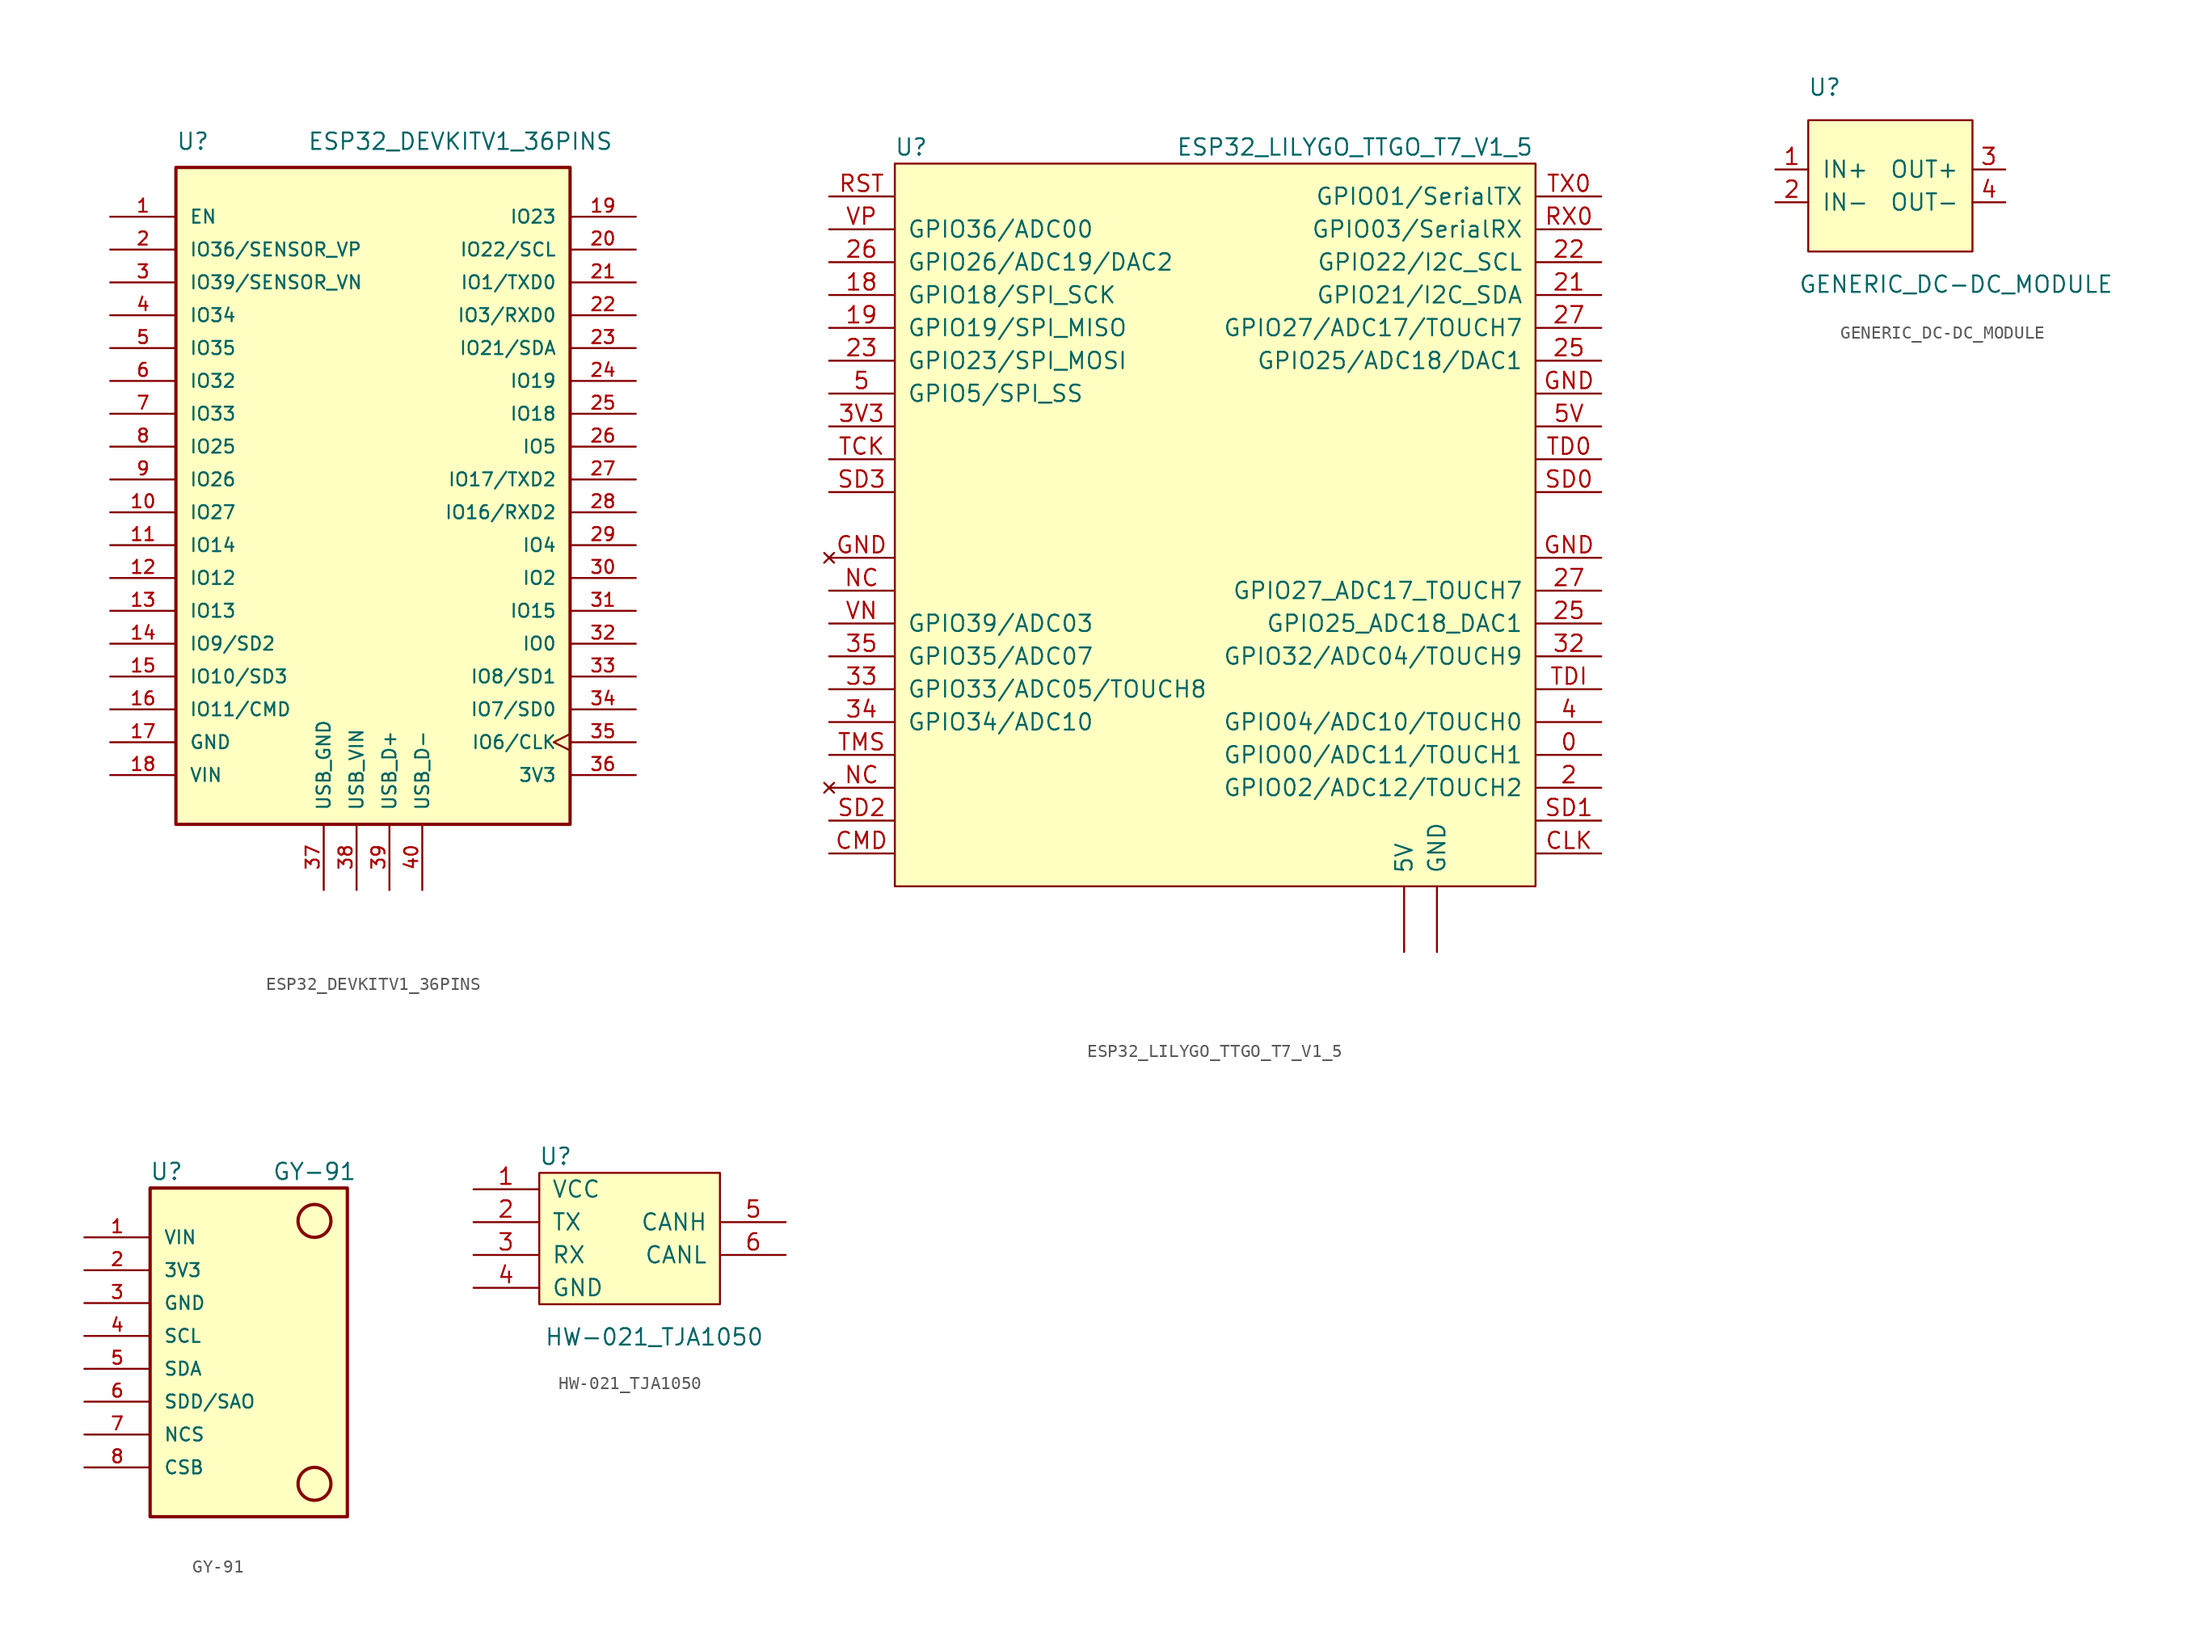
<source format=kicad_sym>
(kicad_symbol_lib
  (version 20211014)
  (generator kicad_symbol_editor)
  (symbol "ESP32_DEVKITV1_36PINS"
    (pin_names
      (offset 1.016))
    (property "Reference" "U"
      (at -15.24 26.67 0)
      (effects (font (size 1.27 1.27)) (justify left bottom)))
    (property "Value" "ESP32_DEVKITV1_36PINS"
      (at -5.08 26.67 0)
      (effects (font (size 1.27 1.27)) (justify left bottom)))
    (property "ki_locked" ""
      (at 0 0 0)
      (effects (font (size 1.27 1.27))))
    (symbol "ESP32_DEVKITV1_36PINS_0_0"
      (rectangle (start -15.24 25.4) (end 15.24 -25.4) (stroke (width 0.254) (type default) (color 0 0 0 0)) (fill (type background)))
      (pin input line (at -20.32 21.59 0) (length 5.08) (name "EN" (effects (font (size 1.016 1.016)))) (number "1" (effects (font (size 1.016 1.016)))))
      (pin bidirectional line (at -20.32 -1.27 0) (length 5.08) (name "IO27" (effects (font (size 1.016 1.016)))) (number "10" (effects (font (size 1.016 1.016)))))
      (pin bidirectional line (at -20.32 -3.81 0) (length 5.08) (name "IO14" (effects (font (size 1.016 1.016)))) (number "11" (effects (font (size 1.016 1.016)))))
      (pin bidirectional line (at -20.32 -6.35 0) (length 5.08) (name "IO12" (effects (font (size 1.016 1.016)))) (number "12" (effects (font (size 1.016 1.016)))))
      (pin bidirectional line (at -20.32 -8.89 0) (length 5.08) (name "IO13" (effects (font (size 1.016 1.016)))) (number "13" (effects (font (size 1.016 1.016)))))
      (pin bidirectional line (at -20.32 -11.43 0) (length 5.08) (name "IO9/SD2" (effects (font (size 1.016 1.016)))) (number "14" (effects (font (size 1.016 1.016)))))
      (pin bidirectional line (at -20.32 -13.97 0) (length 5.08) (name "IO10/SD3" (effects (font (size 1.016 1.016)))) (number "15" (effects (font (size 1.016 1.016)))))
      (pin bidirectional line (at -20.32 -16.51 0) (length 5.08) (name "IO11/CMD" (effects (font (size 1.016 1.016)))) (number "16" (effects (font (size 1.016 1.016)))))
      (pin power_in line (at -20.32 -19.05 0) (length 5.08) (name "GND" (effects (font (size 1.016 1.016)))) (number "17" (effects (font (size 1.016 1.016)))))
      (pin power_in line (at -20.32 -21.59 0) (length 5.08) (name "VIN" (effects (font (size 1.016 1.016)))) (number "18" (effects (font (size 1.016 1.016)))))
      (pin bidirectional line (at 20.32 21.59 180) (length 5.08) (name "IO23" (effects (font (size 1.016 1.016)))) (number "19" (effects (font (size 1.016 1.016)))))
      (pin input line (at -20.32 19.05 0) (length 5.08) (name "IO36/SENSOR_VP" (effects (font (size 1.016 1.016)))) (number "2" (effects (font (size 1.016 1.016)))))
      (pin bidirectional line (at 20.32 19.05 180) (length 5.08) (name "IO22/SCL" (effects (font (size 1.016 1.016)))) (number "20" (effects (font (size 1.016 1.016)))))
      (pin output line (at 20.32 16.51 180) (length 5.08) (name "IO1/TXD0" (effects (font (size 1.016 1.016)))) (number "21" (effects (font (size 1.016 1.016)))))
      (pin input line (at 20.32 13.97 180) (length 5.08) (name "IO3/RXD0" (effects (font (size 1.016 1.016)))) (number "22" (effects (font (size 1.016 1.016)))))
      (pin bidirectional line (at 20.32 11.43 180) (length 5.08) (name "IO21/SDA" (effects (font (size 1.016 1.016)))) (number "23" (effects (font (size 1.016 1.016)))))
      (pin bidirectional line (at 20.32 8.89 180) (length 5.08) (name "IO19" (effects (font (size 1.016 1.016)))) (number "24" (effects (font (size 1.016 1.016)))))
      (pin bidirectional line (at 20.32 6.35 180) (length 5.08) (name "IO18" (effects (font (size 1.016 1.016)))) (number "25" (effects (font (size 1.016 1.016)))))
      (pin bidirectional line (at 20.32 3.81 180) (length 5.08) (name "IO5" (effects (font (size 1.016 1.016)))) (number "26" (effects (font (size 1.016 1.016)))))
      (pin bidirectional line (at 20.32 1.27 180) (length 5.08) (name "IO17/TXD2" (effects (font (size 1.016 1.016)))) (number "27" (effects (font (size 1.016 1.016)))))
      (pin bidirectional line (at 20.32 -1.27 180) (length 5.08) (name "IO16/RXD2" (effects (font (size 1.016 1.016)))) (number "28" (effects (font (size 1.016 1.016)))))
      (pin bidirectional line (at 20.32 -3.81 180) (length 5.08) (name "IO4" (effects (font (size 1.016 1.016)))) (number "29" (effects (font (size 1.016 1.016)))))
      (pin input line (at -20.32 16.51 0) (length 5.08) (name "IO39/SENSOR_VN" (effects (font (size 1.016 1.016)))) (number "3" (effects (font (size 1.016 1.016)))))
      (pin bidirectional line (at 20.32 -6.35 180) (length 5.08) (name "IO2" (effects (font (size 1.016 1.016)))) (number "30" (effects (font (size 1.016 1.016)))))
      (pin bidirectional line (at 20.32 -8.89 180) (length 5.08) (name "IO15" (effects (font (size 1.016 1.016)))) (number "31" (effects (font (size 1.016 1.016)))))
      (pin bidirectional line (at 20.32 -11.43 180) (length 5.08) (name "IO0" (effects (font (size 1.016 1.016)))) (number "32" (effects (font (size 1.016 1.016)))))
      (pin bidirectional line (at 20.32 -13.97 180) (length 5.08) (name "IO8/SD1" (effects (font (size 1.016 1.016)))) (number "33" (effects (font (size 1.016 1.016)))))
      (pin bidirectional line (at 20.32 -16.51 180) (length 5.08) (name "IO7/SD0" (effects (font (size 1.016 1.016)))) (number "34" (effects (font (size 1.016 1.016)))))
      (pin input clock (at 20.32 -19.05 180) (length 5.08) (name "IO6/CLK" (effects (font (size 1.016 1.016)))) (number "35" (effects (font (size 1.016 1.016)))))
      (pin power_in line (at 20.32 -21.59 180) (length 5.08) (name "3V3" (effects (font (size 1.016 1.016)))) (number "36" (effects (font (size 1.016 1.016)))))
      (pin passive line (at -3.81 -30.48 90) (length 5.08) (name "USB_GND" (effects (font (size 1.016 1.016)))) (number "37" (effects (font (size 1.016 1.016)))))
      (pin power_in line (at -1.27 -30.48 90) (length 5.08) (name "USB_VIN" (effects (font (size 1.016 1.016)))) (number "38" (effects (font (size 1.016 1.016)))))
      (pin bidirectional line (at 1.27 -30.48 90) (length 5.08) (name "USB_D+" (effects (font (size 1.016 1.016)))) (number "39" (effects (font (size 1.016 1.016)))))
      (pin bidirectional line (at -20.32 13.97 0) (length 5.08) (name "IO34" (effects (font (size 1.016 1.016)))) (number "4" (effects (font (size 1.016 1.016)))))
      (pin bidirectional line (at 3.81 -30.48 90) (length 5.08) (name "USB_D-" (effects (font (size 1.016 1.016)))) (number "40" (effects (font (size 1.016 1.016)))))
      (pin bidirectional line (at -20.32 11.43 0) (length 5.08) (name "IO35" (effects (font (size 1.016 1.016)))) (number "5" (effects (font (size 1.016 1.016)))))
      (pin bidirectional line (at -20.32 8.89 0) (length 5.08) (name "IO32" (effects (font (size 1.016 1.016)))) (number "6" (effects (font (size 1.016 1.016)))))
      (pin bidirectional line (at -20.32 6.35 0) (length 5.08) (name "IO33" (effects (font (size 1.016 1.016)))) (number "7" (effects (font (size 1.016 1.016)))))
      (pin bidirectional line (at -20.32 3.81 0) (length 5.08) (name "IO25" (effects (font (size 1.016 1.016)))) (number "8" (effects (font (size 1.016 1.016)))))
      (pin bidirectional line (at -20.32 1.27 0) (length 5.08) (name "IO26" (effects (font (size 1.016 1.016)))) (number "9" (effects (font (size 1.016 1.016)))))))
  (symbol "ESP32_LILYGO_TTGO_T7_V1_5"
    (pin_names
      (offset 1.016))
    (property "Reference" "U"
      (at -24.13 29.21 0)
      (effects (font (size 1.27 1.27))))
    (property "Value" "ESP32_LILYGO_TTGO_T7_V1_5"
      (at 10.16 29.21 0)
      (effects (font (size 1.27 1.27))))
    (symbol "ESP32_LILYGO_TTGO_T7_V1_5_0_1"
      (rectangle (start -25.4 27.94) (end 24.13 -27.94) (stroke (width 0) (type default) (color 0 0 0 0)) (fill (type background))))
    (symbol "ESP32_LILYGO_TTGO_T7_V1_5_1_1"
      (pin bidirectional line (at 29.21 -17.78 180) (length 5.004) (name "GPIO00/ADC11/TOUCH1" (effects (font (size 1.27 1.27)))) (number "0" (effects (font (size 1.27 1.27)))))
      (pin bidirectional line (at -30.48 17.78 0) (length 5.004) (name "GPIO18/SPI_SCK" (effects (font (size 1.27 1.27)))) (number "18" (effects (font (size 1.27 1.27)))))
      (pin bidirectional line (at -30.48 15.24 0) (length 5.004) (name "GPIO19/SPI_MISO" (effects (font (size 1.27 1.27)))) (number "19" (effects (font (size 1.27 1.27)))))
      (pin bidirectional line (at 29.21 -20.32 180) (length 5.004) (name "GPIO02/ADC12/TOUCH2" (effects (font (size 1.27 1.27)))) (number "2" (effects (font (size 1.27 1.27)))))
      (pin bidirectional line (at 29.21 17.78 180) (length 5.004) (name "GPIO21/I2C_SDA" (effects (font (size 1.27 1.27)))) (number "21" (effects (font (size 1.27 1.27)))))
      (pin bidirectional line (at 29.21 20.32 180) (length 5.004) (name "GPIO22/I2C_SCL" (effects (font (size 1.27 1.27)))) (number "22" (effects (font (size 1.27 1.27)))))
      (pin bidirectional line (at -30.48 12.7 0) (length 5.004) (name "GPIO23/SPI_MOSI" (effects (font (size 1.27 1.27)))) (number "23" (effects (font (size 1.27 1.27)))))
      (pin bidirectional line (at 29.21 12.7 180) (length 5.004) (name "GPIO25/ADC18/DAC1" (effects (font (size 1.27 1.27)))) (number "25" (effects (font (size 1.27 1.27)))))
      (pin bidirectional line (at 29.21 -7.62 180) (length 5.004) (name "GPIO25_ADC18_DAC1" (effects (font (size 1.27 1.27)))) (number "25" (effects (font (size 1.27 1.27)))))
      (pin bidirectional line (at -30.48 20.32 0) (length 5.004) (name "GPIO26/ADC19/DAC2" (effects (font (size 1.27 1.27)))) (number "26" (effects (font (size 1.27 1.27)))))
      (pin bidirectional line (at 29.21 15.24 180) (length 5.004) (name "GPIO27/ADC17/TOUCH7" (effects (font (size 1.27 1.27)))) (number "27" (effects (font (size 1.27 1.27)))))
      (pin bidirectional line (at 29.21 -5.08 180) (length 5.004) (name "GPIO27_ADC17_TOUCH7" (effects (font (size 1.27 1.27)))) (number "27" (effects (font (size 1.27 1.27)))))
      (pin bidirectional line (at 29.21 -10.16 180) (length 5.004) (name "GPIO32/ADC04/TOUCH9" (effects (font (size 1.27 1.27)))) (number "32" (effects (font (size 1.27 1.27)))))
      (pin bidirectional line (at -30.48 -12.7 0) (length 5.004) (name "GPIO33/ADC05/TOUCH8" (effects (font (size 1.27 1.27)))) (number "33" (effects (font (size 1.27 1.27)))))
      (pin bidirectional line (at -30.48 -15.24 0) (length 5.004) (name "GPIO34/ADC10" (effects (font (size 1.27 1.27)))) (number "34" (effects (font (size 1.27 1.27)))))
      (pin bidirectional line (at -30.48 -10.16 0) (length 5.004) (name "GPIO35/ADC07" (effects (font (size 1.27 1.27)))) (number "35" (effects (font (size 1.27 1.27)))))
      (pin power_out line (at -30.48 7.62 0) (length 5.004) (name "~" (effects (font (size 1.27 1.27)))) (number "3V3" (effects (font (size 1.27 1.27)))))
      (pin bidirectional line (at 29.21 -15.24 180) (length 5.004) (name "GPIO04/ADC10/TOUCH0" (effects (font (size 1.27 1.27)))) (number "4" (effects (font (size 1.27 1.27)))))
      (pin bidirectional line (at -30.48 10.16 0) (length 5.004) (name "GPIO5/SPI_SS" (effects (font (size 1.27 1.27)))) (number "5" (effects (font (size 1.27 1.27)))))
      (pin power_out line (at 29.21 7.62 180) (length 5.004) (name "~" (effects (font (size 1.27 1.27)))) (number "5V" (effects (font (size 1.27 1.27)))))
      (pin input line (at 29.21 -25.4 180) (length 5.004) (name "~" (effects (font (size 1.27 1.27)))) (number "CLK" (effects (font (size 1.27 1.27)))))
      (pin input line (at -30.48 -25.4 0) (length 5.004) (name "~" (effects (font (size 1.27 1.27)))) (number "CMD" (effects (font (size 1.27 1.27)))))
      (pin no_connect line (at -30.48 -2.54 0) (length 5.004) (name "~" (effects (font (size 1.27 1.27)))) (number "GND" (effects (font (size 1.27 1.27)))))
      (pin power_out line (at 29.21 -2.54 180) (length 5.004) (name "~" (effects (font (size 1.27 1.27)))) (number "GND" (effects (font (size 1.27 1.27)))))
      (pin passive line (at 29.21 10.16 180) (length 5.004) (name "~" (effects (font (size 1.27 1.27)))) (number "GND" (effects (font (size 1.27 1.27)))))
      (pin no_connect line (at -30.48 -20.32 0) (length 5.004) (name "~" (effects (font (size 1.27 1.27)))) (number "NC" (effects (font (size 1.27 1.27)))))
      (pin passive line (at -30.48 -5.08 0) (length 5.004) (name "~" (effects (font (size 1.27 1.27)))) (number "NC" (effects (font (size 1.27 1.27)))))
      (pin input line (at -30.48 25.4 0) (length 5.004) (name "~" (effects (font (size 1.27 1.27)))) (number "RST" (effects (font (size 1.27 1.27)))))
      (pin bidirectional line (at 29.21 22.86 180) (length 5.004) (name "GPIO03/SerialRX" (effects (font (size 1.27 1.27)))) (number "RX0" (effects (font (size 1.27 1.27)))))
      (pin input line (at 29.21 2.54 180) (length 5.004) (name "~" (effects (font (size 1.27 1.27)))) (number "SD0" (effects (font (size 1.27 1.27)))))
      (pin input line (at 29.21 -22.86 180) (length 5.004) (name "~" (effects (font (size 1.27 1.27)))) (number "SD1" (effects (font (size 1.27 1.27)))))
      (pin input line (at -30.48 -22.86 0) (length 5.004) (name "~" (effects (font (size 1.27 1.27)))) (number "SD2" (effects (font (size 1.27 1.27)))))
      (pin input line (at -30.48 2.54 0) (length 5.004) (name "~" (effects (font (size 1.27 1.27)))) (number "SD3" (effects (font (size 1.27 1.27)))))
      (pin input line (at -30.48 5.08 0) (length 5.004) (name "~" (effects (font (size 1.27 1.27)))) (number "TCK" (effects (font (size 1.27 1.27)))))
      (pin input line (at 29.21 5.08 180) (length 5.004) (name "~" (effects (font (size 1.27 1.27)))) (number "TD0" (effects (font (size 1.27 1.27)))))
      (pin input line (at 29.21 -12.7 180) (length 5.004) (name "~" (effects (font (size 1.27 1.27)))) (number "TDI" (effects (font (size 1.27 1.27)))))
      (pin power_in line (at -30.48 -17.78 0) (length 5.004) (name "~" (effects (font (size 1.27 1.27)))) (number "TMS" (effects (font (size 1.27 1.27)))))
      (pin bidirectional line (at 29.21 25.4 180) (length 5.004) (name "GPIO01/SerialTX" (effects (font (size 1.27 1.27)))) (number "TX0" (effects (font (size 1.27 1.27)))))
      (pin bidirectional line (at -30.48 -7.62 0) (length 5.004) (name "GPIO39/ADC03" (effects (font (size 1.27 1.27)))) (number "VN" (effects (font (size 1.27 1.27)))))
      (pin bidirectional line (at -30.48 22.86 0) (length 5.004) (name "GPIO36/ADC00" (effects (font (size 1.27 1.27)))) (number "VP" (effects (font (size 1.27 1.27)))))
      (pin input line (at 13.97 -33.02 90) (length 5.004) (name "5V" (effects (font (size 1.27 1.27)))) (number "~" (effects (font (size 1.27 1.27)))))
      (pin passive line (at 16.51 -33.02 90) (length 5.004) (name "GND" (effects (font (size 1.27 1.27)))) (number "~" (effects (font (size 1.27 1.27)))))))
  (symbol "GENERIC_DC-DC_MODULE"
    (pin_names
      (offset 1.016))
    (property "Reference" "U"
      (at -5.08 7.62 0)
      (effects (font (size 1.27 1.27))))
    (property "Value" "GENERIC_DC-DC_MODULE"
      (at 5.08 -7.62 0)
      (effects (font (size 1.27 1.27))))
    (symbol "GENERIC_DC-DC_MODULE_0_1"
      (rectangle (start -6.35 5.08) (end 6.35 -5.08) (stroke (width 0) (type default) (color 0 0 0 0)) (fill (type background))))
    (symbol "GENERIC_DC-DC_MODULE_1_1"
      (pin power_in line (at -8.89 1.27 0) (length 2.54) (name "IN+" (effects (font (size 1.27 1.27)))) (number "1" (effects (font (size 1.27 1.27)))))
      (pin passive line (at -8.89 -1.27 0) (length 2.54) (name "IN-" (effects (font (size 1.27 1.27)))) (number "2" (effects (font (size 1.27 1.27)))))
      (pin power_out line (at 8.89 1.27 180) (length 2.54) (name "OUT+" (effects (font (size 1.27 1.27)))) (number "3" (effects (font (size 1.27 1.27)))))
      (pin input line (at 8.89 -1.27 180) (length 2.54) (name "OUT-" (effects (font (size 1.27 1.27)))) (number "4" (effects (font (size 1.27 1.27)))))))
  (symbol "GY-91"
    (pin_names
      (offset 1.016))
    (property "Reference" "U"
      (at -6.35 13.97 0)
      (effects (font (size 1.27 1.27))))
    (property "Value" "GY-91"
      (at 5.08 13.97 0)
      (effects (font (size 1.27 1.27))))
    (symbol "GY-91_0_0"
      (rectangle (start -7.62 12.7) (end 7.62 -12.7) (stroke (width 0.254) (type default) (color 0 0 0 0)) (fill (type background)))
      (circle (center 5.08 -10.16) (radius 1.27) (stroke (width 0.254) (type default) (color 0 0 0 0)) (fill (type none)))
      (circle (center 5.08 10.16) (radius 1.27) (stroke (width 0.254) (type default) (color 0 0 0 0)) (fill (type none)))
      (pin power_in line (at -12.7 8.89 0) (length 5.08) (name "VIN" (effects (font (size 1.016 1.016)))) (number "1" (effects (font (size 1.016 1.016)))))
      (pin power_in line (at -12.7 6.35 0) (length 5.08) (name "3V3" (effects (font (size 1.016 1.016)))) (number "2" (effects (font (size 1.016 1.016)))))
      (pin passive line (at -12.7 3.81 0) (length 5.08) (name "GND" (effects (font (size 1.016 1.016)))) (number "3" (effects (font (size 1.016 1.016)))))
      (pin bidirectional line (at -12.7 1.27 0) (length 5.08) (name "SCL" (effects (font (size 1.016 1.016)))) (number "4" (effects (font (size 1.016 1.016)))))
      (pin bidirectional line (at -12.7 -1.27 0) (length 5.08) (name "SDA" (effects (font (size 1.016 1.016)))) (number "5" (effects (font (size 1.016 1.016)))))
      (pin passive line (at -12.7 -3.81 0) (length 5.08) (name "SDD/SAO" (effects (font (size 1.016 1.016)))) (number "6" (effects (font (size 1.016 1.016)))))
      (pin passive line (at -12.7 -6.35 0) (length 5.08) (name "NCS" (effects (font (size 1.016 1.016)))) (number "7" (effects (font (size 1.016 1.016)))))
      (pin passive line (at -12.7 -8.89 0) (length 5.08) (name "CSB" (effects (font (size 1.016 1.016)))) (number "8" (effects (font (size 1.016 1.016)))))))
  (symbol "HW-021_TJA1050"
    (pin_names
      (offset 1.016))
    (property "Reference" "U"
      (at -5.08 6.35 0)
      (effects (font (size 1.27 1.27))))
    (property "Value" "HW-021_TJA1050"
      (at 2.54 -7.62 0)
      (effects (font (size 1.27 1.27))))
    (symbol "HW-021_TJA1050_0_1"
      (rectangle (start -6.35 5.08) (end 7.62 -5.08) (stroke (width 0) (type default) (color 0 0 0 0)) (fill (type background))))
    (symbol "HW-021_TJA1050_1_1"
      (pin power_in line (at -11.43 3.81 0) (length 5.004) (name "VCC" (effects (font (size 1.27 1.27)))) (number "1" (effects (font (size 1.27 1.27)))))
      (pin output line (at -11.43 1.27 0) (length 5.004) (name "TX" (effects (font (size 1.27 1.27)))) (number "2" (effects (font (size 1.27 1.27)))))
      (pin input line (at -11.43 -1.27 0) (length 5.004) (name "RX" (effects (font (size 1.27 1.27)))) (number "3" (effects (font (size 1.27 1.27)))))
      (pin input line (at -11.43 -3.81 0) (length 5.004) (name "GND" (effects (font (size 1.27 1.27)))) (number "4" (effects (font (size 1.27 1.27)))))
      (pin bidirectional line (at 12.7 1.27 180) (length 5.004) (name "CANH" (effects (font (size 1.27 1.27)))) (number "5" (effects (font (size 1.27 1.27)))))
      (pin bidirectional line (at 12.7 -1.27 180) (length 5.004) (name "CANL" (effects (font (size 1.27 1.27)))) (number "6" (effects (font (size 1.27 1.27))))))))
</source>
